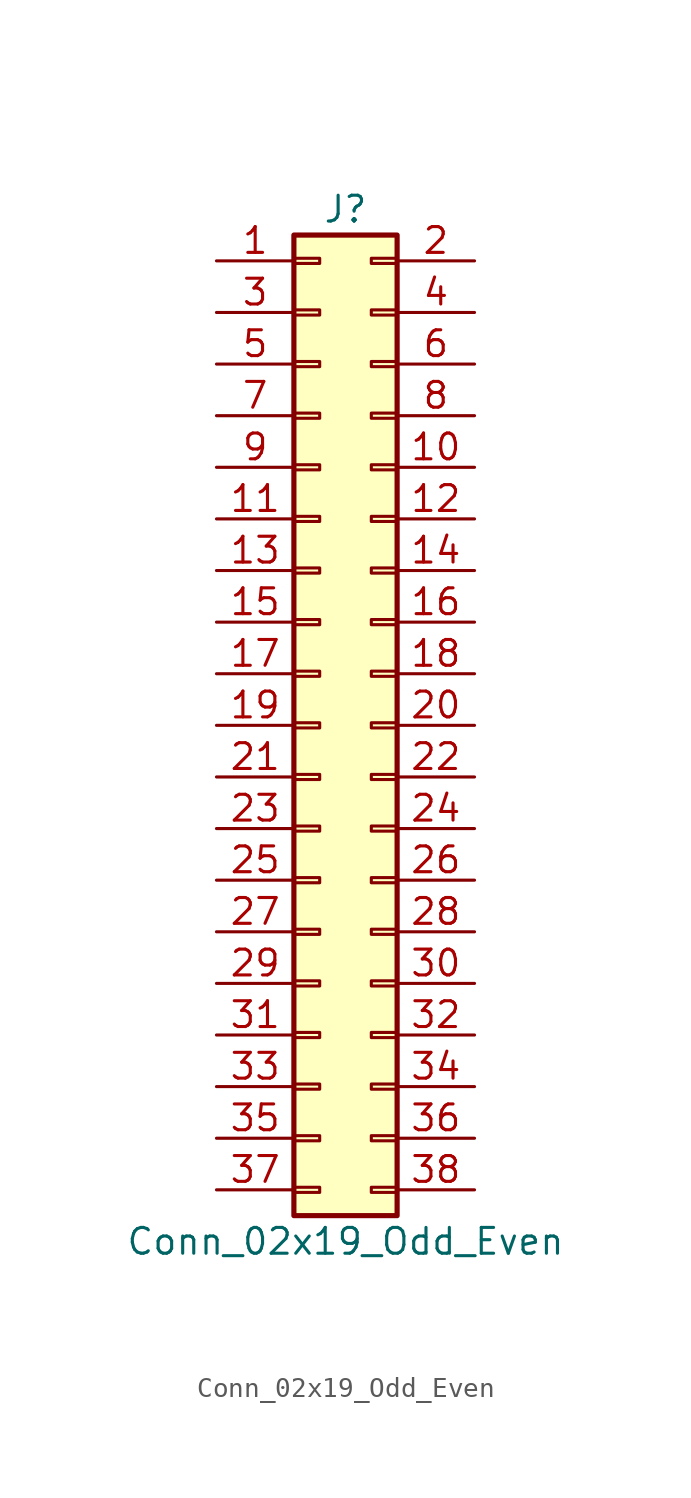
<source format=kicad_sym>
(kicad_symbol_lib
  (version 20220914)
  (generator kicad_symbol_editor)
  (symbol "Conn_02x19_Odd_Even"
    (pin_names
      (offset 1.016) hide)
    (property "Reference" "J"
      (at 1.27 25.4 0)
      (effects (font (size 1.27 1.27))))
    (property "Value" "Conn_02x19_Odd_Even"
      (at 1.27 -25.4 0)
      (effects (font (size 1.27 1.27))))
    (symbol "Conn_02x19_Odd_Even_1_1"
      (rectangle (start -1.27 -22.733) (end 0 -22.987) (stroke (width 0.152) (type default)) (fill (type none)))
      (rectangle (start -1.27 -20.193) (end 0 -20.447) (stroke (width 0.152) (type default)) (fill (type none)))
      (rectangle (start -1.27 -17.653) (end 0 -17.907) (stroke (width 0.152) (type default)) (fill (type none)))
      (rectangle (start -1.27 -15.113) (end 0 -15.367) (stroke (width 0.152) (type default)) (fill (type none)))
      (rectangle (start -1.27 -12.573) (end 0 -12.827) (stroke (width 0.152) (type default)) (fill (type none)))
      (rectangle (start -1.27 -10.033) (end 0 -10.287) (stroke (width 0.152) (type default)) (fill (type none)))
      (rectangle (start -1.27 -7.493) (end 0 -7.747) (stroke (width 0.152) (type default)) (fill (type none)))
      (rectangle (start -1.27 -4.953) (end 0 -5.207) (stroke (width 0.152) (type default)) (fill (type none)))
      (rectangle (start -1.27 -2.413) (end 0 -2.667) (stroke (width 0.152) (type default)) (fill (type none)))
      (rectangle (start -1.27 0.127) (end 0 -0.127) (stroke (width 0.152) (type default)) (fill (type none)))
      (rectangle (start -1.27 2.667) (end 0 2.413) (stroke (width 0.152) (type default)) (fill (type none)))
      (rectangle (start -1.27 5.207) (end 0 4.953) (stroke (width 0.152) (type default)) (fill (type none)))
      (rectangle (start -1.27 7.747) (end 0 7.493) (stroke (width 0.152) (type default)) (fill (type none)))
      (rectangle (start -1.27 10.287) (end 0 10.033) (stroke (width 0.152) (type default)) (fill (type none)))
      (rectangle (start -1.27 12.827) (end 0 12.573) (stroke (width 0.152) (type default)) (fill (type none)))
      (rectangle (start -1.27 15.367) (end 0 15.113) (stroke (width 0.152) (type default)) (fill (type none)))
      (rectangle (start -1.27 17.907) (end 0 17.653) (stroke (width 0.152) (type default)) (fill (type none)))
      (rectangle (start -1.27 20.447) (end 0 20.193) (stroke (width 0.152) (type default)) (fill (type none)))
      (rectangle (start -1.27 22.987) (end 0 22.733) (stroke (width 0.152) (type default)) (fill (type none)))
      (rectangle (start -1.27 24.13) (end 3.81 -24.13) (stroke (width 0.254) (type default)) (fill (type background)))
      (rectangle (start 3.81 -22.733) (end 2.54 -22.987) (stroke (width 0.152) (type default)) (fill (type none)))
      (rectangle (start 3.81 -20.193) (end 2.54 -20.447) (stroke (width 0.152) (type default)) (fill (type none)))
      (rectangle (start 3.81 -17.653) (end 2.54 -17.907) (stroke (width 0.152) (type default)) (fill (type none)))
      (rectangle (start 3.81 -15.113) (end 2.54 -15.367) (stroke (width 0.152) (type default)) (fill (type none)))
      (rectangle (start 3.81 -12.573) (end 2.54 -12.827) (stroke (width 0.152) (type default)) (fill (type none)))
      (rectangle (start 3.81 -10.033) (end 2.54 -10.287) (stroke (width 0.152) (type default)) (fill (type none)))
      (rectangle (start 3.81 -7.493) (end 2.54 -7.747) (stroke (width 0.152) (type default)) (fill (type none)))
      (rectangle (start 3.81 -4.953) (end 2.54 -5.207) (stroke (width 0.152) (type default)) (fill (type none)))
      (rectangle (start 3.81 -2.413) (end 2.54 -2.667) (stroke (width 0.152) (type default)) (fill (type none)))
      (rectangle (start 3.81 0.127) (end 2.54 -0.127) (stroke (width 0.152) (type default)) (fill (type none)))
      (rectangle (start 3.81 2.667) (end 2.54 2.413) (stroke (width 0.152) (type default)) (fill (type none)))
      (rectangle (start 3.81 5.207) (end 2.54 4.953) (stroke (width 0.152) (type default)) (fill (type none)))
      (rectangle (start 3.81 7.747) (end 2.54 7.493) (stroke (width 0.152) (type default)) (fill (type none)))
      (rectangle (start 3.81 10.287) (end 2.54 10.033) (stroke (width 0.152) (type default)) (fill (type none)))
      (rectangle (start 3.81 12.827) (end 2.54 12.573) (stroke (width 0.152) (type default)) (fill (type none)))
      (rectangle (start 3.81 15.367) (end 2.54 15.113) (stroke (width 0.152) (type default)) (fill (type none)))
      (rectangle (start 3.81 17.907) (end 2.54 17.653) (stroke (width 0.152) (type default)) (fill (type none)))
      (rectangle (start 3.81 20.447) (end 2.54 20.193) (stroke (width 0.152) (type default)) (fill (type none)))
      (rectangle (start 3.81 22.987) (end 2.54 22.733) (stroke (width 0.152) (type default)) (fill (type none)))
      (pin passive line (at -5.08 22.86 0) (length 3.81) (name "Pin_1" (effects (font (size 1.27 1.27)))) (number "1" (effects (font (size 1.27 1.27)))))
      (pin passive line (at 7.62 12.7 180) (length 3.81) (name "Pin_10" (effects (font (size 1.27 1.27)))) (number "10" (effects (font (size 1.27 1.27)))))
      (pin passive line (at -5.08 10.16 0) (length 3.81) (name "Pin_11" (effects (font (size 1.27 1.27)))) (number "11" (effects (font (size 1.27 1.27)))))
      (pin passive line (at 7.62 10.16 180) (length 3.81) (name "Pin_12" (effects (font (size 1.27 1.27)))) (number "12" (effects (font (size 1.27 1.27)))))
      (pin passive line (at -5.08 7.62 0) (length 3.81) (name "Pin_13" (effects (font (size 1.27 1.27)))) (number "13" (effects (font (size 1.27 1.27)))))
      (pin passive line (at 7.62 7.62 180) (length 3.81) (name "Pin_14" (effects (font (size 1.27 1.27)))) (number "14" (effects (font (size 1.27 1.27)))))
      (pin passive line (at -5.08 5.08 0) (length 3.81) (name "Pin_15" (effects (font (size 1.27 1.27)))) (number "15" (effects (font (size 1.27 1.27)))))
      (pin passive line (at 7.62 5.08 180) (length 3.81) (name "Pin_16" (effects (font (size 1.27 1.27)))) (number "16" (effects (font (size 1.27 1.27)))))
      (pin passive line (at -5.08 2.54 0) (length 3.81) (name "Pin_17" (effects (font (size 1.27 1.27)))) (number "17" (effects (font (size 1.27 1.27)))))
      (pin passive line (at 7.62 2.54 180) (length 3.81) (name "Pin_18" (effects (font (size 1.27 1.27)))) (number "18" (effects (font (size 1.27 1.27)))))
      (pin passive line (at -5.08 0 0) (length 3.81) (name "Pin_19" (effects (font (size 1.27 1.27)))) (number "19" (effects (font (size 1.27 1.27)))))
      (pin passive line (at 7.62 22.86 180) (length 3.81) (name "Pin_2" (effects (font (size 1.27 1.27)))) (number "2" (effects (font (size 1.27 1.27)))))
      (pin passive line (at 7.62 0 180) (length 3.81) (name "Pin_20" (effects (font (size 1.27 1.27)))) (number "20" (effects (font (size 1.27 1.27)))))
      (pin passive line (at -5.08 -2.54 0) (length 3.81) (name "Pin_21" (effects (font (size 1.27 1.27)))) (number "21" (effects (font (size 1.27 1.27)))))
      (pin passive line (at 7.62 -2.54 180) (length 3.81) (name "Pin_22" (effects (font (size 1.27 1.27)))) (number "22" (effects (font (size 1.27 1.27)))))
      (pin passive line (at -5.08 -5.08 0) (length 3.81) (name "Pin_23" (effects (font (size 1.27 1.27)))) (number "23" (effects (font (size 1.27 1.27)))))
      (pin passive line (at 7.62 -5.08 180) (length 3.81) (name "Pin_24" (effects (font (size 1.27 1.27)))) (number "24" (effects (font (size 1.27 1.27)))))
      (pin passive line (at -5.08 -7.62 0) (length 3.81) (name "Pin_25" (effects (font (size 1.27 1.27)))) (number "25" (effects (font (size 1.27 1.27)))))
      (pin passive line (at 7.62 -7.62 180) (length 3.81) (name "Pin_26" (effects (font (size 1.27 1.27)))) (number "26" (effects (font (size 1.27 1.27)))))
      (pin passive line (at -5.08 -10.16 0) (length 3.81) (name "Pin_27" (effects (font (size 1.27 1.27)))) (number "27" (effects (font (size 1.27 1.27)))))
      (pin passive line (at 7.62 -10.16 180) (length 3.81) (name "Pin_28" (effects (font (size 1.27 1.27)))) (number "28" (effects (font (size 1.27 1.27)))))
      (pin passive line (at -5.08 -12.7 0) (length 3.81) (name "Pin_29" (effects (font (size 1.27 1.27)))) (number "29" (effects (font (size 1.27 1.27)))))
      (pin passive line (at -5.08 20.32 0) (length 3.81) (name "Pin_3" (effects (font (size 1.27 1.27)))) (number "3" (effects (font (size 1.27 1.27)))))
      (pin passive line (at 7.62 -12.7 180) (length 3.81) (name "Pin_30" (effects (font (size 1.27 1.27)))) (number "30" (effects (font (size 1.27 1.27)))))
      (pin passive line (at -5.08 -15.24 0) (length 3.81) (name "Pin_31" (effects (font (size 1.27 1.27)))) (number "31" (effects (font (size 1.27 1.27)))))
      (pin passive line (at 7.62 -15.24 180) (length 3.81) (name "Pin_32" (effects (font (size 1.27 1.27)))) (number "32" (effects (font (size 1.27 1.27)))))
      (pin passive line (at -5.08 -17.78 0) (length 3.81) (name "Pin_33" (effects (font (size 1.27 1.27)))) (number "33" (effects (font (size 1.27 1.27)))))
      (pin passive line (at 7.62 -17.78 180) (length 3.81) (name "Pin_34" (effects (font (size 1.27 1.27)))) (number "34" (effects (font (size 1.27 1.27)))))
      (pin passive line (at -5.08 -20.32 0) (length 3.81) (name "Pin_35" (effects (font (size 1.27 1.27)))) (number "35" (effects (font (size 1.27 1.27)))))
      (pin passive line (at 7.62 -20.32 180) (length 3.81) (name "Pin_36" (effects (font (size 1.27 1.27)))) (number "36" (effects (font (size 1.27 1.27)))))
      (pin passive line (at -5.08 -22.86 0) (length 3.81) (name "Pin_37" (effects (font (size 1.27 1.27)))) (number "37" (effects (font (size 1.27 1.27)))))
      (pin passive line (at 7.62 -22.86 180) (length 3.81) (name "Pin_38" (effects (font (size 1.27 1.27)))) (number "38" (effects (font (size 1.27 1.27)))))
      (pin passive line (at 7.62 20.32 180) (length 3.81) (name "Pin_4" (effects (font (size 1.27 1.27)))) (number "4" (effects (font (size 1.27 1.27)))))
      (pin passive line (at -5.08 17.78 0) (length 3.81) (name "Pin_5" (effects (font (size 1.27 1.27)))) (number "5" (effects (font (size 1.27 1.27)))))
      (pin passive line (at 7.62 17.78 180) (length 3.81) (name "Pin_6" (effects (font (size 1.27 1.27)))) (number "6" (effects (font (size 1.27 1.27)))))
      (pin passive line (at -5.08 15.24 0) (length 3.81) (name "Pin_7" (effects (font (size 1.27 1.27)))) (number "7" (effects (font (size 1.27 1.27)))))
      (pin passive line (at 7.62 15.24 180) (length 3.81) (name "Pin_8" (effects (font (size 1.27 1.27)))) (number "8" (effects (font (size 1.27 1.27)))))
      (pin passive line (at -5.08 12.7 0) (length 3.81) (name "Pin_9" (effects (font (size 1.27 1.27)))) (number "9" (effects (font (size 1.27 1.27))))))))
</source>
